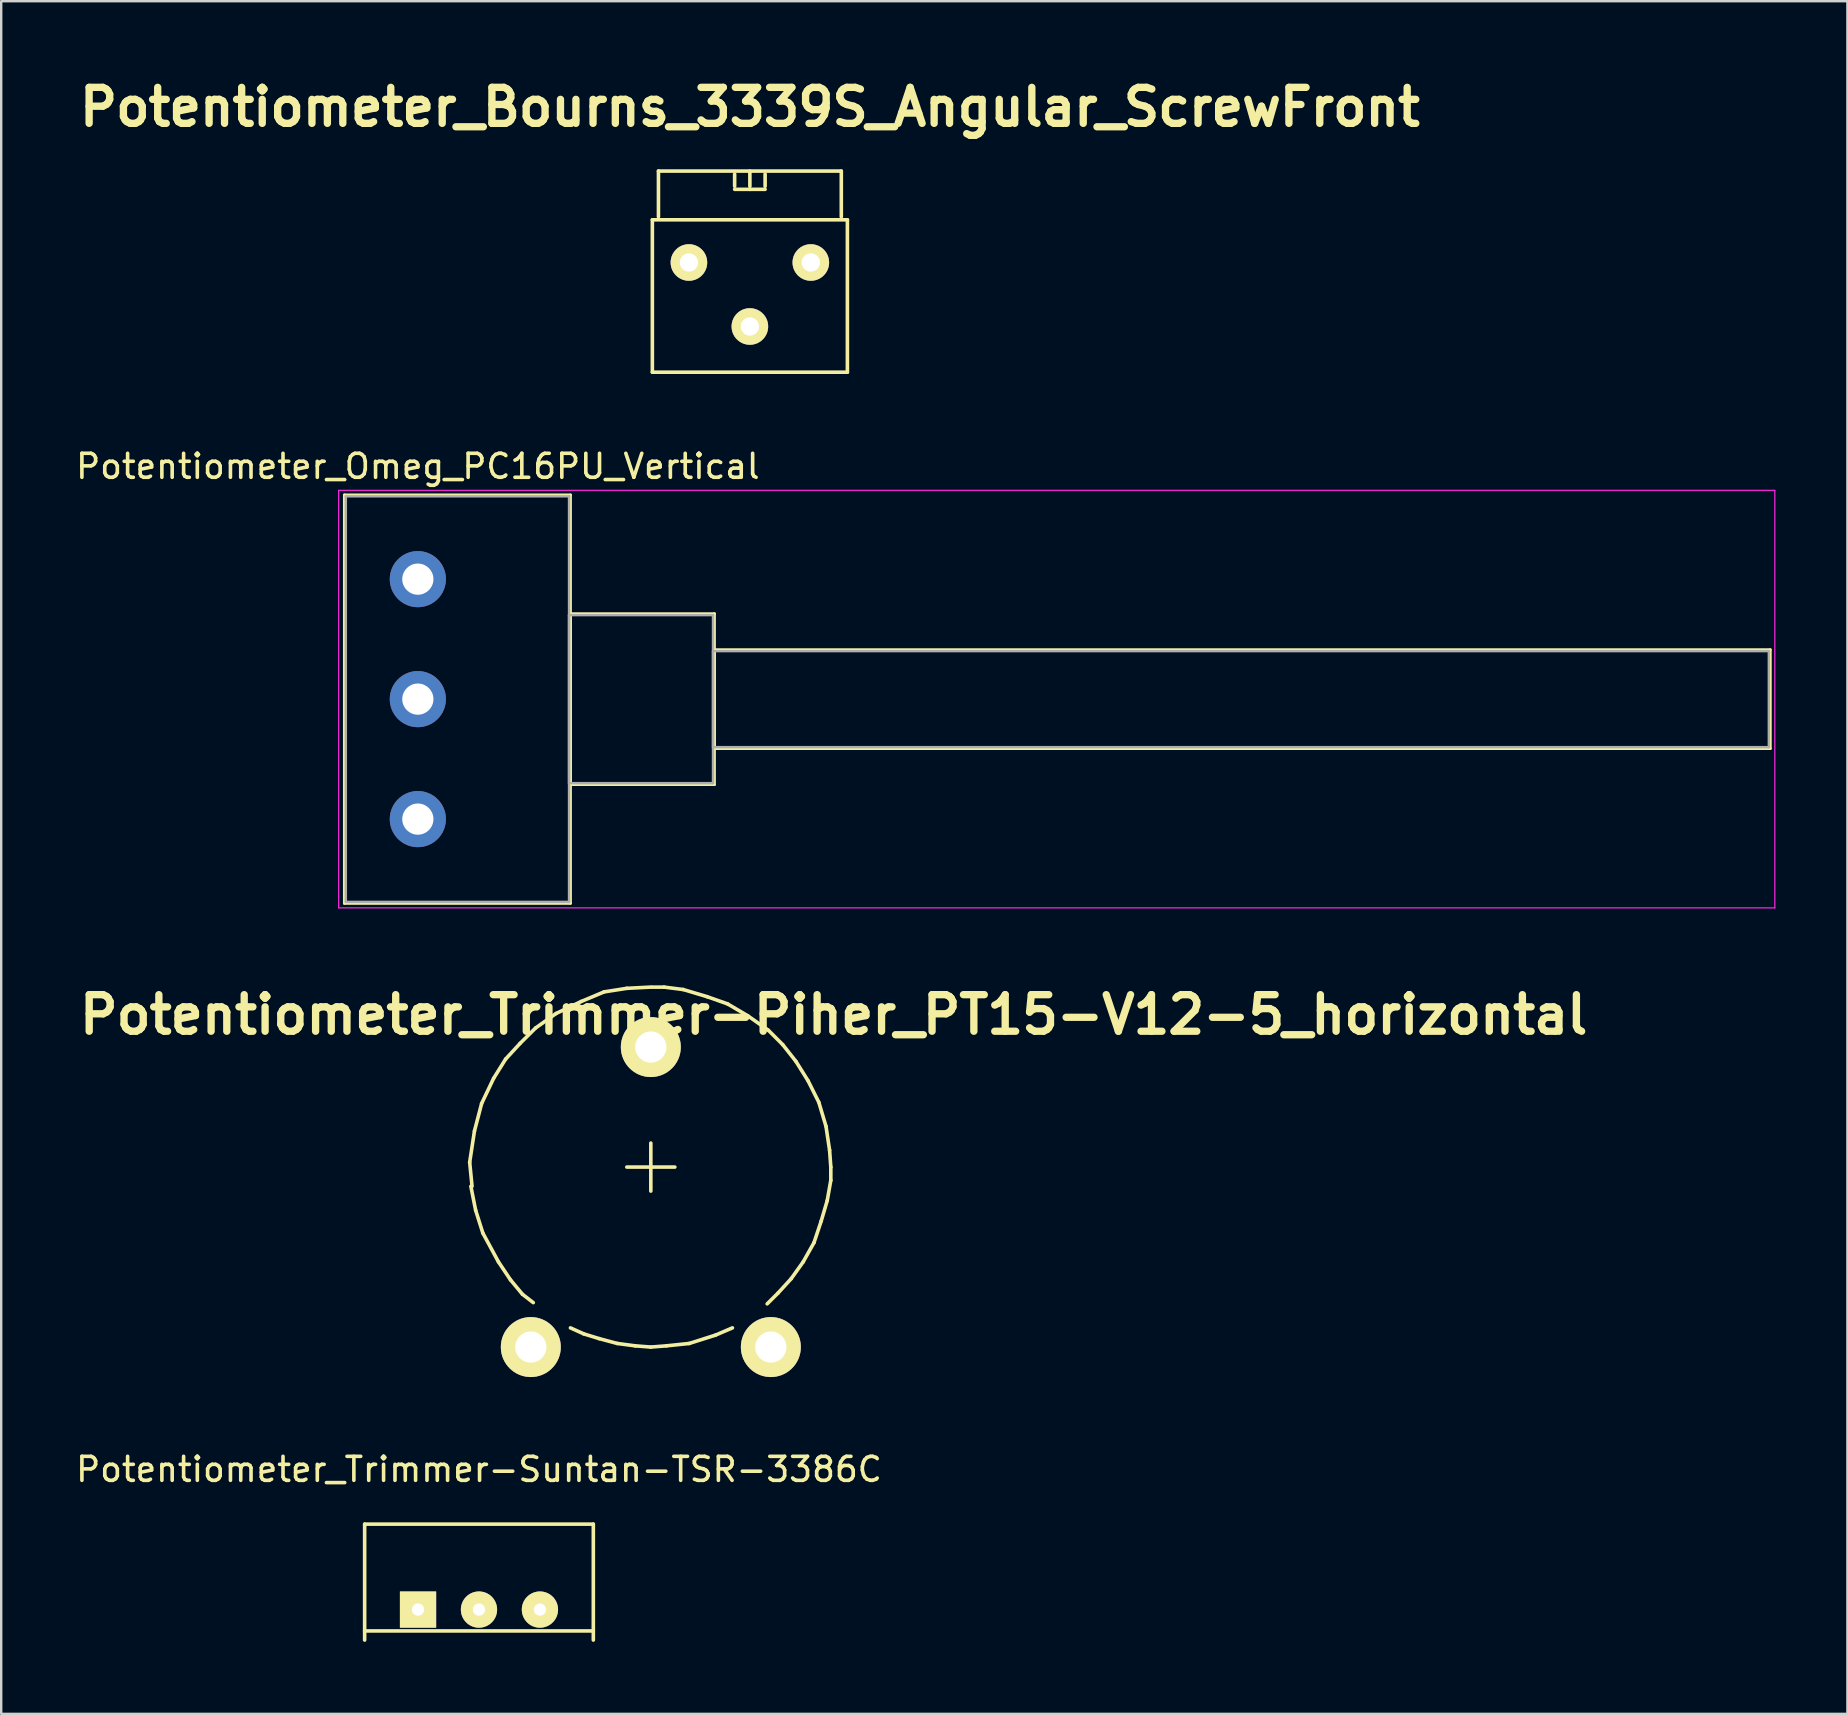
<source format=kicad_pcb>
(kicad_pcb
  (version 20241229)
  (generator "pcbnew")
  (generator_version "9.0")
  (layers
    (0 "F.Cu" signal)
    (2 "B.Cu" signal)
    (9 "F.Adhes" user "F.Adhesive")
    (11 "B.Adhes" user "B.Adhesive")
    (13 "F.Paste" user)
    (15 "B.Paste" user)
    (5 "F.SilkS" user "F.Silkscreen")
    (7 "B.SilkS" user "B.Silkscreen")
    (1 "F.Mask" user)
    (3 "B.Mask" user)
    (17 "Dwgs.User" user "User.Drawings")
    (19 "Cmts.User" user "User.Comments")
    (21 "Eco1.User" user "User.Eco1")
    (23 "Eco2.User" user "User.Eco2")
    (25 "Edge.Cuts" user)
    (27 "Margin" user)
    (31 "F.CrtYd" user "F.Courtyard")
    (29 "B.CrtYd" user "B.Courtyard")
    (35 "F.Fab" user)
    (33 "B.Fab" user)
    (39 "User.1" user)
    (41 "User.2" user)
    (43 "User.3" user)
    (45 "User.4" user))
  (footprint "Potentiometer_Bourns_3339S_Angular_ScrewFront"
    (layer "F.Cu")
    (at 30.74 7.889)
    (property "Reference" "Potentiometer_Bourns_3339S_Angular_ScrewFront" (at -2.54 -6.477 0) (layer "F.SilkS") (effects (font (size 1.5 1.5) (thickness 0.305))))
    (attr through_hole)
    (fp_line (start -6.604 -1.778) (end -6.604 4.572) (stroke (width 0.15) (type solid)) (layer "F.SilkS"))
    (fp_line (start -6.604 -1.778) (end 1.524 -1.778) (stroke (width 0.15) (type solid)) (layer "F.SilkS"))
    (fp_line (start -6.604 4.572) (end 1.524 4.572) (stroke (width 0.15) (type solid)) (layer "F.SilkS"))
    (fp_line (start -6.35 -3.81) (end -6.35 -1.905) (stroke (width 0.15) (type solid)) (layer "F.SilkS"))
    (fp_line (start -6.35 -3.81) (end 1.27 -3.81) (stroke (width 0.15) (type solid)) (layer "F.SilkS"))
    (fp_line (start -3.175 -3.175) (end -3.175 -3.683) (stroke (width 0.15) (type solid)) (layer "F.SilkS"))
    (fp_line (start -2.54 -3.81) (end -2.54 -3.175) (stroke (width 0.15) (type solid)) (layer "F.SilkS"))
    (fp_line (start -2.54 -3.048) (end -3.175 -3.048) (stroke (width 0.15) (type solid)) (layer "F.SilkS"))
    (fp_line (start -2.54 -3.048) (end -1.905 -3.048) (stroke (width 0.15) (type solid)) (layer "F.SilkS"))
    (fp_line (start -1.905 -3.175) (end -1.905 -3.683) (stroke (width 0.15) (type solid)) (layer "F.SilkS"))
    (fp_line (start 1.27 -3.81) (end 1.27 -1.905) (stroke (width 0.15) (type solid)) (layer "F.SilkS"))
    (fp_line (start 1.524 -1.778) (end 1.524 4.572) (stroke (width 0.15) (type solid)) (layer "F.SilkS"))
    (pad "1" thru_hole circle (at 0 0) (size 1.524 1.524) (drill 0.762) (layers "*.Cu" "*.Mask" "F.SilkS"))
    (pad "2" thru_hole circle (at -2.54 2.667) (size 1.524 1.524) (drill 0.762) (layers "*.Cu" "*.Mask" "F.SilkS"))
    (pad "3" thru_hole circle (at -5.08 0) (size 1.524 1.524) (drill 0.762) (layers "*.Cu" "*.Mask" "F.SilkS")))
  (footprint "Potentiometer_Trimmer-Suntan-TSR-3386C"
    (layer "F.Cu")
    (at 14.371 64.027)
    (property "Reference" "Potentiometer_Trimmer-Suntan-TSR-3386C" (at 2.54 -5.842 0) (layer "F.SilkS") (effects (font (size 1 1) (thickness 0.15))))
    (attr through_hole)
    (fp_line (start -2.225 -3.56) (end -2.225 1.27) (stroke (width 0.15) (type solid)) (layer "F.SilkS"))
    (fp_line (start -2.225 -3.56) (end 7.305 -3.56) (stroke (width 0.15) (type solid)) (layer "F.SilkS"))
    (fp_line (start 7.305 -3.56) (end 7.305 1.27) (stroke (width 0.15) (type solid)) (layer "F.SilkS"))
    (fp_line (start 7.305 0.89) (end -2.225 0.89) (stroke (width 0.15) (type solid)) (layer "F.SilkS"))
    (pad "1" thru_hole rect (at 0 0) (size 1.51 1.51) (drill 0.51) (layers "*.Cu" "*.Mask" "F.SilkS"))
    (pad "2" thru_hole circle (at 2.54 0) (size 1.51 1.51) (drill 0.51) (layers "*.Cu" "*.Mask" "F.SilkS"))
    (pad "3" thru_hole circle (at 5.08 0) (size 1.51 1.51) (drill 0.51) (layers "*.Cu" "*.Mask" "F.SilkS")))
  (footprint "Potentiometer_Trimmer-Piher_PT15-V12-5_horizontal"
    (layer "F.Cu")
    (at 19.071 53.087)
    (property "Reference" "Potentiometer_Trimmer-Piher_PT15-V12-5_horizontal" (at 12.621 -13.851 0) (layer "F.SilkS") (effects (font (size 1.524 1.524) (thickness 0.305))))
    (attr through_hole)
    (fp_line (start -2.548 -7.701) (end -2.449 -6.701) (stroke (width 0.15) (type solid)) (layer "F.SilkS"))
    (fp_line (start -2.499 -6.701) (end -2.299 -5.7) (stroke (width 0.15) (type solid)) (layer "F.SilkS"))
    (fp_line (start -2.349 -9.002) (end -2.548 -7.701) (stroke (width 0.15) (type solid)) (layer "F.SilkS"))
    (fp_line (start -2.299 -5.7) (end -1.999 -4.75) (stroke (width 0.15) (type solid)) (layer "F.SilkS"))
    (fp_line (start -2.05 -10.15) (end -2.349 -9.002) (stroke (width 0.15) (type solid)) (layer "F.SilkS"))
    (fp_line (start -1.999 -4.75) (end -1.349 -3.551) (stroke (width 0.15) (type solid)) (layer "F.SilkS"))
    (fp_line (start -1.549 -11.201) (end -2.05 -10.15) (stroke (width 0.15) (type solid)) (layer "F.SilkS"))
    (fp_line (start -1.349 -3.551) (end -0.848 -2.802) (stroke (width 0.15) (type solid)) (layer "F.SilkS"))
    (fp_line (start -1.049 -12.002) (end -1.549 -11.201) (stroke (width 0.15) (type solid)) (layer "F.SilkS"))
    (fp_line (start -0.848 -2.802) (end -0.348 -2.2) (stroke (width 0.15) (type solid)) (layer "F.SilkS"))
    (fp_line (start -0.45 -12.652) (end -1.049 -12.002) (stroke (width 0.15) (type solid)) (layer "F.SilkS"))
    (fp_line (start -0.348 -2.2) (end 0.102 -1.852) (stroke (width 0.15) (type solid)) (layer "F.SilkS"))
    (fp_line (start 0.201 -13.299) (end -0.45 -12.652) (stroke (width 0.15) (type solid)) (layer "F.SilkS"))
    (fp_line (start 1.052 -13.901) (end 0.201 -13.299) (stroke (width 0.15) (type solid)) (layer "F.SilkS"))
    (fp_line (start 1.651 -0.8) (end 2.202 -0.551) (stroke (width 0.15) (type solid)) (layer "F.SilkS"))
    (fp_line (start 2.101 -14.402) (end 1.052 -13.901) (stroke (width 0.15) (type solid)) (layer "F.SilkS"))
    (fp_line (start 2.202 -0.551) (end 2.852 -0.351) (stroke (width 0.15) (type solid)) (layer "F.SilkS"))
    (fp_line (start 2.852 -0.351) (end 3.602 -0.15) (stroke (width 0.15) (type solid)) (layer "F.SilkS"))
    (fp_line (start 3.051 -14.801) (end 2.101 -14.402) (stroke (width 0.15) (type solid)) (layer "F.SilkS"))
    (fp_line (start 3.602 -0.15) (end 4.351 -0.051) (stroke (width 0.15) (type solid)) (layer "F.SilkS"))
    (fp_line (start 4 -14.95) (end 3.051 -14.801) (stroke (width 0.15) (type solid)) (layer "F.SilkS"))
    (fp_line (start 4 -7.501) (end 6.002 -7.501) (stroke (width 0.15) (type solid)) (layer "F.SilkS"))
    (fp_line (start 4.351 -0.051) (end 5.001 0) (stroke (width 0.15) (type solid)) (layer "F.SilkS"))
    (fp_line (start 5.001 -15.001) (end 4 -14.95) (stroke (width 0.15) (type solid)) (layer "F.SilkS"))
    (fp_line (start 5.001 -8.501) (end 5.001 -6.5) (stroke (width 0.15) (type solid)) (layer "F.SilkS"))
    (fp_line (start 5.001 0) (end 5.652 -0.051) (stroke (width 0.15) (type solid)) (layer "F.SilkS"))
    (fp_line (start 5.552 -15.001) (end 5.052 -15.001) (stroke (width 0.15) (type solid)) (layer "F.SilkS"))
    (fp_line (start 5.652 -0.051) (end 6.601 -0.15) (stroke (width 0.15) (type solid)) (layer "F.SilkS"))
    (fp_line (start 6.35 -14.9) (end 5.552 -15.001) (stroke (width 0.15) (type solid)) (layer "F.SilkS"))
    (fp_line (start 6.601 -0.15) (end 7.701 -0.5) (stroke (width 0.15) (type solid)) (layer "F.SilkS"))
    (fp_line (start 7.351 -14.6) (end 6.35 -14.9) (stroke (width 0.15) (type solid)) (layer "F.SilkS"))
    (fp_line (start 7.701 -0.5) (end 8.402 -0.8) (stroke (width 0.15) (type solid)) (layer "F.SilkS"))
    (fp_line (start 8.202 -14.3) (end 7.351 -14.6) (stroke (width 0.15) (type solid)) (layer "F.SilkS"))
    (fp_line (start 9.05 -13.8) (end 8.202 -14.3) (stroke (width 0.15) (type solid)) (layer "F.SilkS"))
    (fp_line (start 9.85 -1.801) (end 10.302 -2.25) (stroke (width 0.15) (type solid)) (layer "F.SilkS"))
    (fp_line (start 9.901 -13.2) (end 9.05 -13.8) (stroke (width 0.15) (type solid)) (layer "F.SilkS"))
    (fp_line (start 10.302 -2.25) (end 10.851 -2.85) (stroke (width 0.15) (type solid)) (layer "F.SilkS"))
    (fp_line (start 10.5 -12.601) (end 9.901 -13.2) (stroke (width 0.15) (type solid)) (layer "F.SilkS"))
    (fp_line (start 10.851 -2.85) (end 11.351 -3.551) (stroke (width 0.15) (type solid)) (layer "F.SilkS"))
    (fp_line (start 11.052 -11.9) (end 10.5 -12.601) (stroke (width 0.15) (type solid)) (layer "F.SilkS"))
    (fp_line (start 11.351 -3.551) (end 11.801 -4.351) (stroke (width 0.15) (type solid)) (layer "F.SilkS"))
    (fp_line (start 11.552 -11.1) (end 11.052 -11.9) (stroke (width 0.15) (type solid)) (layer "F.SilkS"))
    (fp_line (start 11.801 -4.351) (end 12.101 -5.25) (stroke (width 0.15) (type solid)) (layer "F.SilkS"))
    (fp_line (start 12.002 -10.201) (end 11.552 -11.1) (stroke (width 0.15) (type solid)) (layer "F.SilkS"))
    (fp_line (start 12.101 -5.25) (end 12.352 -6.101) (stroke (width 0.15) (type solid)) (layer "F.SilkS"))
    (fp_line (start 12.301 -9.2) (end 12.002 -10.201) (stroke (width 0.15) (type solid)) (layer "F.SilkS"))
    (fp_line (start 12.352 -6.101) (end 12.502 -6.949) (stroke (width 0.15) (type solid)) (layer "F.SilkS"))
    (fp_line (start 12.451 -8.202) (end 12.301 -9.2) (stroke (width 0.15) (type solid)) (layer "F.SilkS"))
    (fp_line (start 12.502 -7.501) (end 12.451 -8.202) (stroke (width 0.15) (type solid)) (layer "F.SilkS"))
    (fp_line (start 12.502 -6.949) (end 12.502 -7.501) (stroke (width 0.15) (type solid)) (layer "F.SilkS"))
    (pad "1" thru_hole circle (at 0 0) (size 2.499 2.499) (drill 1.3) (layers "*.Cu" "*.Mask" "F.SilkS"))
    (pad "2" thru_hole circle (at 5.001 -12.502) (size 2.499 2.499) (drill 1.3) (layers "*.Cu" "*.Mask" "F.SilkS"))
    (pad "3" thru_hole circle (at 10.003 0) (size 2.499 2.499) (drill 1.3) (layers "*.Cu" "*.Mask" "F.SilkS")))
  (footprint "Potentiometer_Omeg_PC16PU_Vertical"
    (layer "F.Cu")
    (at 14.363 31.085)
    (property "Reference" "Potentiometer_Omeg_PC16PU_Vertical" (at 0 -14.7 0) (layer "F.SilkS") (effects (font (size 1 1) (thickness 0.15))))
    (attr through_hole)
    (fp_line (start -3.061 -13.51) (end -3.061 3.51) (stroke (width 0.12) (type solid)) (layer "F.SilkS"))
    (fp_line (start -3.061 -13.51) (end 6.36 -13.51) (stroke (width 0.12) (type solid)) (layer "F.SilkS"))
    (fp_line (start -3.061 3.51) (end 6.36 3.51) (stroke (width 0.12) (type solid)) (layer "F.SilkS"))
    (fp_line (start 6.36 -13.51) (end 6.36 3.51) (stroke (width 0.12) (type solid)) (layer "F.SilkS"))
    (fp_line (start 6.36 -8.56) (end 6.36 -1.44) (stroke (width 0.12) (type solid)) (layer "F.SilkS"))
    (fp_line (start 6.36 -8.56) (end 12.36 -8.56) (stroke (width 0.12) (type solid)) (layer "F.SilkS"))
    (fp_line (start 6.36 -1.44) (end 12.36 -1.44) (stroke (width 0.12) (type solid)) (layer "F.SilkS"))
    (fp_line (start 12.36 -8.56) (end 12.36 -1.44) (stroke (width 0.12) (type solid)) (layer "F.SilkS"))
    (fp_line (start 12.36 -7.06) (end 12.36 -2.94) (stroke (width 0.12) (type solid)) (layer "F.SilkS"))
    (fp_line (start 12.36 -7.06) (end 56.36 -7.06) (stroke (width 0.12) (type solid)) (layer "F.SilkS"))
    (fp_line (start 12.36 -2.94) (end 56.36 -2.94) (stroke (width 0.12) (type solid)) (layer "F.SilkS"))
    (fp_line (start 56.36 -7.06) (end 56.36 -2.94) (stroke (width 0.12) (type solid)) (layer "F.SilkS"))
    (fp_line (start -3.3 -13.7) (end -3.3 3.7) (stroke (width 0.05) (type solid)) (layer "F.CrtYd"))
    (fp_line (start -3.3 3.7) (end 56.55 3.7) (stroke (width 0.05) (type solid)) (layer "F.CrtYd"))
    (fp_line (start 56.55 -13.7) (end -3.3 -13.7) (stroke (width 0.05) (type solid)) (layer "F.CrtYd"))
    (fp_line (start 56.55 3.7) (end 56.55 -13.7) (stroke (width 0.05) (type solid)) (layer "F.CrtYd"))
    (fp_line (start -3 -13.45) (end -3 3.45) (stroke (width 0.1) (type solid)) (layer "F.Fab"))
    (fp_line (start -3 3.45) (end 6.3 3.45) (stroke (width 0.1) (type solid)) (layer "F.Fab"))
    (fp_line (start 6.3 -13.45) (end -3 -13.45) (stroke (width 0.1) (type solid)) (layer "F.Fab"))
    (fp_line (start 6.3 -8.5) (end 6.3 -1.5) (stroke (width 0.1) (type solid)) (layer "F.Fab"))
    (fp_line (start 6.3 -1.5) (end 12.3 -1.5) (stroke (width 0.1) (type solid)) (layer "F.Fab"))
    (fp_line (start 6.3 3.45) (end 6.3 -13.45) (stroke (width 0.1) (type solid)) (layer "F.Fab"))
    (fp_line (start 12.3 -8.5) (end 6.3 -8.5) (stroke (width 0.1) (type solid)) (layer "F.Fab"))
    (fp_line (start 12.3 -7) (end 12.3 -3) (stroke (width 0.1) (type solid)) (layer "F.Fab"))
    (fp_line (start 12.3 -3) (end 56.3 -3) (stroke (width 0.1) (type solid)) (layer "F.Fab"))
    (fp_line (start 12.3 -1.5) (end 12.3 -8.5) (stroke (width 0.1) (type solid)) (layer "F.Fab"))
    (fp_line (start 56.3 -7) (end 12.3 -7) (stroke (width 0.1) (type solid)) (layer "F.Fab"))
    (fp_line (start 56.3 -3) (end 56.3 -7) (stroke (width 0.1) (type solid)) (layer "F.Fab"))
    (pad "1" thru_hole circle (at 0 0) (size 2.34 2.34) (drill 1.3) (layers "*.Cu" "*.Mask"))
    (pad "2" thru_hole circle (at 0 -5) (size 2.34 2.34) (drill 1.3) (layers "*.Cu" "*.Mask"))
    (pad "3" thru_hole circle (at 0 -10) (size 2.34 2.34) (drill 1.3) (layers "*.Cu" "*.Mask")))
  (gr_rect
    (start -3 -3)
    (end 73.938 68.372)
    (stroke (width 0.1) (type default))
    (fill no)
    (layer "Edge.Cuts")))
</source>
